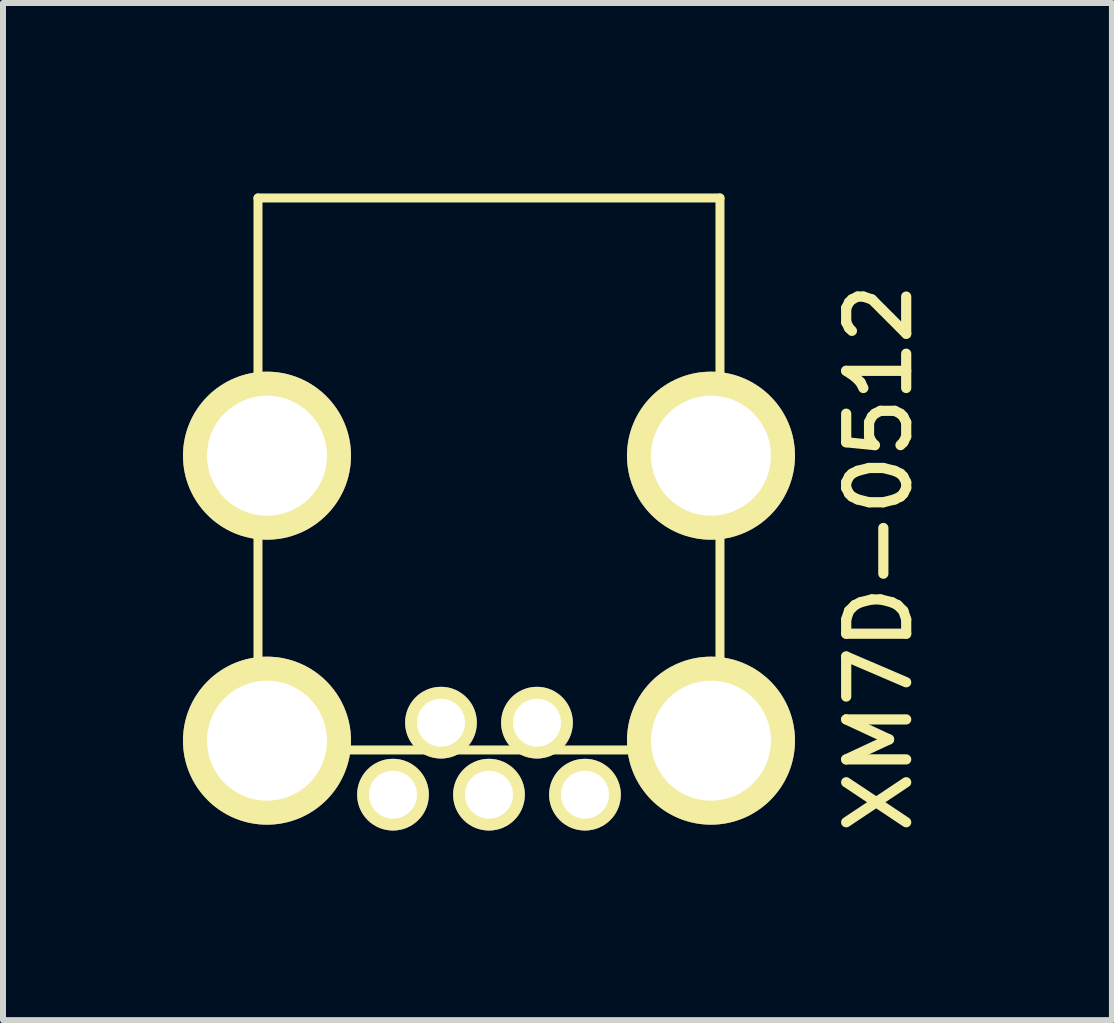
<source format=kicad_pcb>
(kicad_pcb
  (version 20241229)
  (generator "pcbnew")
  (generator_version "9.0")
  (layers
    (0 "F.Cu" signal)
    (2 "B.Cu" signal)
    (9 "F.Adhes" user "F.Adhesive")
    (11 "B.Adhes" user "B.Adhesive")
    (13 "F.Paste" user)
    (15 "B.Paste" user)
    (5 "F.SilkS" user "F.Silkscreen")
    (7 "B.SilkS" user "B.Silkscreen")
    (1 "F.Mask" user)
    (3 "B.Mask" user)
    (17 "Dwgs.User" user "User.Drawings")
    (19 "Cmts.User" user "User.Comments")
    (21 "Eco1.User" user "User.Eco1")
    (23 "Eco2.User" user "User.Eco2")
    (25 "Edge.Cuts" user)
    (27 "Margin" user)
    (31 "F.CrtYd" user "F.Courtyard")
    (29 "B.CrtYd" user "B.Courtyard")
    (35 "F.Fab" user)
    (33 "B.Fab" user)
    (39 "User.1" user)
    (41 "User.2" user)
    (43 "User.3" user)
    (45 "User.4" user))
  (footprint "XM7D-0512"
    (layer "F.Cu")
    (at 5.1 0.25)
    (property "Reference" "XM7D-0512" (at 6.5 6 90) (layer "F.SilkS") (effects (font (size 1 1) (thickness 0.17))))
    (attr through_hole)
    (fp_line (start -3.85 0) (end -3.85 9.2) (stroke (width 0.15) (type solid)) (layer "F.SilkS"))
    (fp_line (start -3.85 9.2) (end 3.85 9.2) (stroke (width 0.15) (type solid)) (layer "F.SilkS"))
    (fp_line (start 3.85 0) (end -3.85 0) (stroke (width 0.15) (type solid)) (layer "F.SilkS"))
    (fp_line (start 3.85 9.2) (end 3.85 0) (stroke (width 0.15) (type solid)) (layer "F.SilkS"))
    (pad "0" thru_hole circle (at -3.7 4.295) (size 2.8 2.8) (drill 2) (layers "*.Cu" "*.Mask" "F.SilkS"))
    (pad "0" thru_hole circle (at -3.7 9.045) (size 2.8 2.8) (drill 2) (layers "*.Cu" "*.Mask" "F.SilkS"))
    (pad "0" thru_hole circle (at 3.7 4.295) (size 2.8 2.8) (drill 2) (layers "*.Cu" "*.Mask" "F.SilkS"))
    (pad "0" thru_hole circle (at 3.7 9.045) (size 2.8 2.8) (drill 2) (layers "*.Cu" "*.Mask" "F.SilkS"))
    (pad "1" thru_hole circle (at 1.6 9.945) (size 1.195 1.195) (drill 0.8) (layers "*.Cu" "*.Mask" "F.SilkS"))
    (pad "2" thru_hole circle (at 0.8 8.745) (size 1.195 1.195) (drill 0.8) (layers "*.Cu" "*.Mask" "F.SilkS"))
    (pad "3" thru_hole circle (at 0 9.945) (size 1.195 1.195) (drill 0.8) (layers "*.Cu" "*.Mask" "F.SilkS"))
    (pad "4" thru_hole circle (at -0.8 8.745) (size 1.195 1.195) (drill 0.8) (layers "*.Cu" "*.Mask" "F.SilkS"))
    (pad "5" thru_hole circle (at -1.6 9.945) (size 1.195 1.195) (drill 0.8) (layers "*.Cu" "*.Mask" "F.SilkS")))
  (gr_rect
    (start -3 -3)
    (end 15.483 13.953)
    (stroke (width 0.1) (type default))
    (fill no)
    (layer "Edge.Cuts")))
</source>
